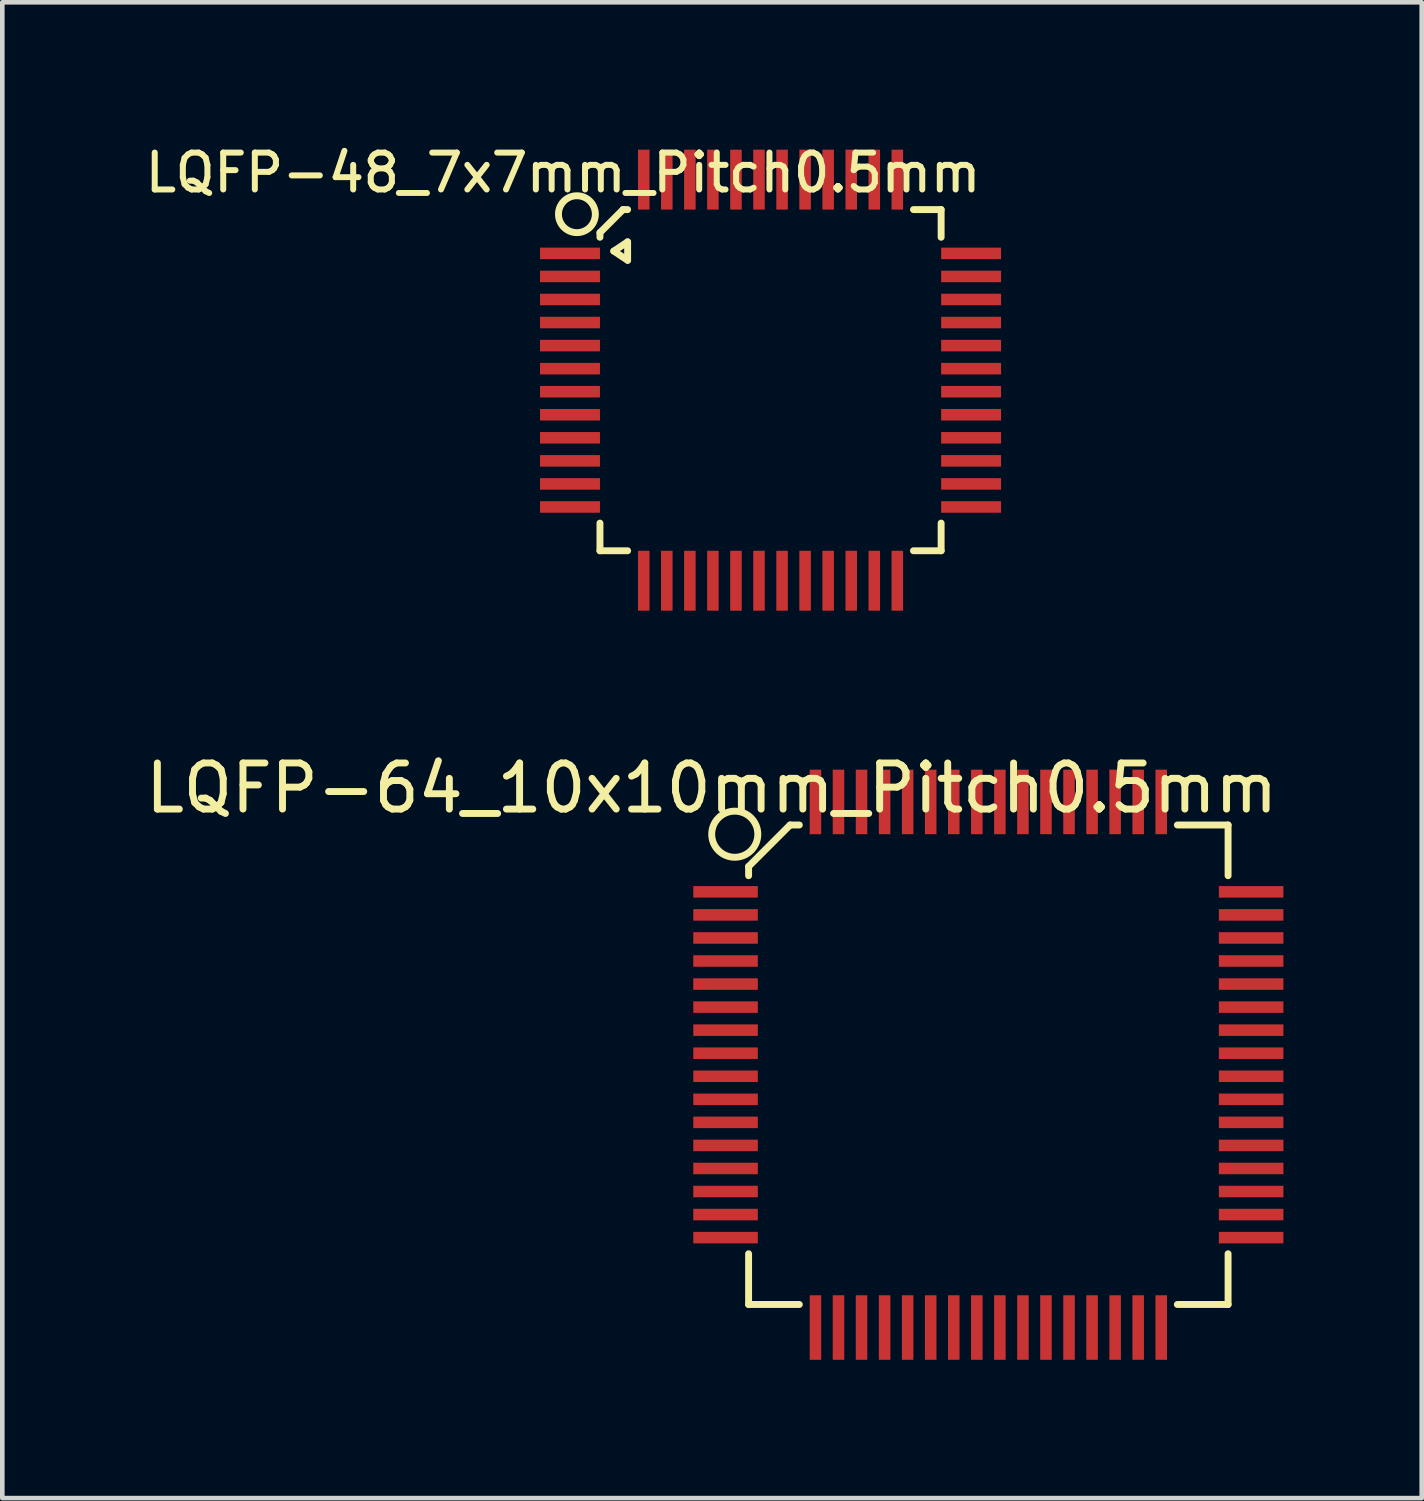
<source format=kicad_pcb>
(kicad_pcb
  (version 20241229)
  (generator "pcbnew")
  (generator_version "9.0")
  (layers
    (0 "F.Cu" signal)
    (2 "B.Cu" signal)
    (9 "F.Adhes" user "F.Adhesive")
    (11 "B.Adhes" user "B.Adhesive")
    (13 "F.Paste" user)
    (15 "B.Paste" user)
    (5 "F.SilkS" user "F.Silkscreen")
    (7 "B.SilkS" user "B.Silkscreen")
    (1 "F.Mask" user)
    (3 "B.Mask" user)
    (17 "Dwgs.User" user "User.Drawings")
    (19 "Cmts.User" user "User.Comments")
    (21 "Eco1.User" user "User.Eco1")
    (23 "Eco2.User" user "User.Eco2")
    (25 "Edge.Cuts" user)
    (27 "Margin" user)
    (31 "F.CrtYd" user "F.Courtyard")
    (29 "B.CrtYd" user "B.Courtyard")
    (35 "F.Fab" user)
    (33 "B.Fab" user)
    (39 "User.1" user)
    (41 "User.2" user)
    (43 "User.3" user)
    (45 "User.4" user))
  (footprint "LQFP-64_10x10mm_Pitch0.5mm"
    (layer "F.Cu")
    (at 18.387 20.044)
    (property "Reference" "LQFP-64_10x10mm_Pitch0.5mm" (at -6 -6 0) (layer "F.SilkS") (effects (font (size 1 1) (thickness 0.15))))
    (attr smd)
    (fp_line (start -5.2 -4.3) (end -5.2 -4.1) (stroke (width 0.15) (type solid)) (layer "F.SilkS"))
    (fp_line (start -5.2 5.2) (end -5.2 4.1) (stroke (width 0.15) (type solid)) (layer "F.SilkS"))
    (fp_line (start -5.2 5.2) (end -4.1 5.2) (stroke (width 0.15) (type solid)) (layer "F.SilkS"))
    (fp_line (start -4.3 -5.2) (end -5.2 -4.3) (stroke (width 0.15) (type solid)) (layer "F.SilkS"))
    (fp_line (start -4.3 -5.2) (end -4.1 -5.2) (stroke (width 0.15) (type solid)) (layer "F.SilkS"))
    (fp_line (start 5.2 -5.2) (end 4.1 -5.2) (stroke (width 0.15) (type solid)) (layer "F.SilkS"))
    (fp_line (start 5.2 -5.2) (end 5.2 -4.1) (stroke (width 0.15) (type solid)) (layer "F.SilkS"))
    (fp_line (start 5.2 5.2) (end 4.1 5.2) (stroke (width 0.15) (type solid)) (layer "F.SilkS"))
    (fp_line (start 5.2 5.2) (end 5.2 4.1) (stroke (width 0.15) (type solid)) (layer "F.SilkS"))
    (fp_circle (center -5.5 -5) (end -5 -5) (stroke (width 0.15) (type solid)) (fill no) (layer "F.SilkS"))
    (pad "1" smd rect (at -5.7 -3.75) (size 1.4 0.25) (layers "F.Cu" "F.Mask" "F.Paste"))
    (pad "2" smd rect (at -5.7 -3.25) (size 1.4 0.25) (layers "F.Cu" "F.Mask" "F.Paste"))
    (pad "3" smd rect (at -5.7 -2.75) (size 1.4 0.25) (layers "F.Cu" "F.Mask" "F.Paste"))
    (pad "4" smd rect (at -5.7 -2.25) (size 1.4 0.25) (layers "F.Cu" "F.Mask" "F.Paste"))
    (pad "5" smd rect (at -5.7 -1.75) (size 1.4 0.25) (layers "F.Cu" "F.Mask" "F.Paste"))
    (pad "6" smd rect (at -5.7 -1.25) (size 1.4 0.25) (layers "F.Cu" "F.Mask" "F.Paste"))
    (pad "7" smd rect (at -5.7 -0.75) (size 1.4 0.25) (layers "F.Cu" "F.Mask" "F.Paste"))
    (pad "8" smd rect (at -5.7 -0.25) (size 1.4 0.25) (layers "F.Cu" "F.Mask" "F.Paste"))
    (pad "9" smd rect (at -5.7 0.25) (size 1.4 0.25) (layers "F.Cu" "F.Mask" "F.Paste"))
    (pad "10" smd rect (at -5.7 0.75) (size 1.4 0.25) (layers "F.Cu" "F.Mask" "F.Paste"))
    (pad "11" smd rect (at -5.7 1.25) (size 1.4 0.25) (layers "F.Cu" "F.Mask" "F.Paste"))
    (pad "12" smd rect (at -5.7 1.75) (size 1.4 0.25) (layers "F.Cu" "F.Mask" "F.Paste"))
    (pad "13" smd rect (at -5.7 2.25) (size 1.4 0.25) (layers "F.Cu" "F.Mask" "F.Paste"))
    (pad "14" smd rect (at -5.7 2.75) (size 1.4 0.25) (layers "F.Cu" "F.Mask" "F.Paste"))
    (pad "15" smd rect (at -5.7 3.25) (size 1.4 0.25) (layers "F.Cu" "F.Mask" "F.Paste"))
    (pad "16" smd rect (at -5.7 3.75) (size 1.4 0.25) (layers "F.Cu" "F.Mask" "F.Paste"))
    (pad "17" smd rect (at -3.75 5.7 90) (size 1.4 0.25) (layers "F.Cu" "F.Mask" "F.Paste"))
    (pad "18" smd rect (at -3.25 5.7 90) (size 1.4 0.25) (layers "F.Cu" "F.Mask" "F.Paste"))
    (pad "19" smd rect (at -2.75 5.7 90) (size 1.4 0.25) (layers "F.Cu" "F.Mask" "F.Paste"))
    (pad "20" smd rect (at -2.25 5.7 90) (size 1.4 0.25) (layers "F.Cu" "F.Mask" "F.Paste"))
    (pad "21" smd rect (at -1.75 5.7 90) (size 1.4 0.25) (layers "F.Cu" "F.Mask" "F.Paste"))
    (pad "22" smd rect (at -1.25 5.7 90) (size 1.4 0.25) (layers "F.Cu" "F.Mask" "F.Paste"))
    (pad "23" smd rect (at -0.75 5.7 90) (size 1.4 0.25) (layers "F.Cu" "F.Mask" "F.Paste"))
    (pad "24" smd rect (at -0.25 5.7 90) (size 1.4 0.25) (layers "F.Cu" "F.Mask" "F.Paste"))
    (pad "25" smd rect (at 0.25 5.7 90) (size 1.4 0.25) (layers "F.Cu" "F.Mask" "F.Paste"))
    (pad "26" smd rect (at 0.75 5.7 90) (size 1.4 0.25) (layers "F.Cu" "F.Mask" "F.Paste"))
    (pad "27" smd rect (at 1.25 5.7 90) (size 1.4 0.25) (layers "F.Cu" "F.Mask" "F.Paste"))
    (pad "28" smd rect (at 1.75 5.7 90) (size 1.4 0.25) (layers "F.Cu" "F.Mask" "F.Paste"))
    (pad "29" smd rect (at 2.25 5.7 90) (size 1.4 0.25) (layers "F.Cu" "F.Mask" "F.Paste"))
    (pad "30" smd rect (at 2.75 5.7 90) (size 1.4 0.25) (layers "F.Cu" "F.Mask" "F.Paste"))
    (pad "31" smd rect (at 3.25 5.7 90) (size 1.4 0.25) (layers "F.Cu" "F.Mask" "F.Paste"))
    (pad "32" smd rect (at 3.75 5.7 90) (size 1.4 0.25) (layers "F.Cu" "F.Mask" "F.Paste"))
    (pad "33" smd rect (at 5.7 3.75) (size 1.4 0.25) (layers "F.Cu" "F.Mask" "F.Paste"))
    (pad "34" smd rect (at 5.7 3.25) (size 1.4 0.25) (layers "F.Cu" "F.Mask" "F.Paste"))
    (pad "35" smd rect (at 5.7 2.75) (size 1.4 0.25) (layers "F.Cu" "F.Mask" "F.Paste"))
    (pad "36" smd rect (at 5.7 2.25) (size 1.4 0.25) (layers "F.Cu" "F.Mask" "F.Paste"))
    (pad "37" smd rect (at 5.7 1.75) (size 1.4 0.25) (layers "F.Cu" "F.Mask" "F.Paste"))
    (pad "38" smd rect (at 5.7 1.25) (size 1.4 0.25) (layers "F.Cu" "F.Mask" "F.Paste"))
    (pad "39" smd rect (at 5.7 0.75) (size 1.4 0.25) (layers "F.Cu" "F.Mask" "F.Paste"))
    (pad "40" smd rect (at 5.7 0.25) (size 1.4 0.25) (layers "F.Cu" "F.Mask" "F.Paste"))
    (pad "41" smd rect (at 5.7 -0.25) (size 1.4 0.25) (layers "F.Cu" "F.Mask" "F.Paste"))
    (pad "42" smd rect (at 5.7 -0.75) (size 1.4 0.25) (layers "F.Cu" "F.Mask" "F.Paste"))
    (pad "43" smd rect (at 5.7 -1.25) (size 1.4 0.25) (layers "F.Cu" "F.Mask" "F.Paste"))
    (pad "44" smd rect (at 5.7 -1.75) (size 1.4 0.25) (layers "F.Cu" "F.Mask" "F.Paste"))
    (pad "45" smd rect (at 5.7 -2.25) (size 1.4 0.25) (layers "F.Cu" "F.Mask" "F.Paste"))
    (pad "46" smd rect (at 5.7 -2.75) (size 1.4 0.25) (layers "F.Cu" "F.Mask" "F.Paste"))
    (pad "47" smd rect (at 5.7 -3.25) (size 1.4 0.25) (layers "F.Cu" "F.Mask" "F.Paste"))
    (pad "48" smd rect (at 5.7 -3.75) (size 1.4 0.25) (layers "F.Cu" "F.Mask" "F.Paste"))
    (pad "49" smd rect (at 3.75 -5.7 90) (size 1.4 0.25) (layers "F.Cu" "F.Mask" "F.Paste"))
    (pad "50" smd rect (at 3.25 -5.7 90) (size 1.4 0.25) (layers "F.Cu" "F.Mask" "F.Paste"))
    (pad "51" smd rect (at 2.75 -5.7 90) (size 1.4 0.25) (layers "F.Cu" "F.Mask" "F.Paste"))
    (pad "52" smd rect (at 2.25 -5.7 90) (size 1.4 0.25) (layers "F.Cu" "F.Mask" "F.Paste"))
    (pad "53" smd rect (at 1.75 -5.7 90) (size 1.4 0.25) (layers "F.Cu" "F.Mask" "F.Paste"))
    (pad "54" smd rect (at 1.25 -5.7 90) (size 1.4 0.25) (layers "F.Cu" "F.Mask" "F.Paste"))
    (pad "55" smd rect (at 0.75 -5.7 90) (size 1.4 0.25) (layers "F.Cu" "F.Mask" "F.Paste"))
    (pad "56" smd rect (at 0.25 -5.7 90) (size 1.4 0.25) (layers "F.Cu" "F.Mask" "F.Paste"))
    (pad "57" smd rect (at -0.25 -5.7 90) (size 1.4 0.25) (layers "F.Cu" "F.Mask" "F.Paste"))
    (pad "58" smd rect (at -0.75 -5.7 90) (size 1.4 0.25) (layers "F.Cu" "F.Mask" "F.Paste"))
    (pad "59" smd rect (at -1.25 -5.7 90) (size 1.4 0.25) (layers "F.Cu" "F.Mask" "F.Paste"))
    (pad "60" smd rect (at -1.75 -5.7 90) (size 1.4 0.25) (layers "F.Cu" "F.Mask" "F.Paste"))
    (pad "61" smd rect (at -2.25 -5.7 90) (size 1.4 0.25) (layers "F.Cu" "F.Mask" "F.Paste"))
    (pad "62" smd rect (at -2.75 -5.7 90) (size 1.4 0.25) (layers "F.Cu" "F.Mask" "F.Paste"))
    (pad "63" smd rect (at -3.25 -5.7 90) (size 1.4 0.25) (layers "F.Cu" "F.Mask" "F.Paste"))
    (pad "64" smd rect (at -3.75 -5.7 90) (size 1.4 0.25) (layers "F.Cu" "F.Mask" "F.Paste")))
  (footprint "LQFP-48_7x7mm_Pitch0.5mm"
    (layer "F.Cu")
    (at 13.663 5.196)
    (property "Reference" "LQFP-48_7x7mm_Pitch0.5mm" (at -4.5 -4.5 0) (layer "F.SilkS") (effects (font (size 0.8 0.8) (thickness 0.13))))
    (attr smd)
    (fp_line (start -3.7 -3.2) (end -3.7 -3.1) (stroke (width 0.15) (type solid)) (layer "F.SilkS"))
    (fp_line (start -3.7 3.7) (end -3.7 3.1) (stroke (width 0.15) (type solid)) (layer "F.SilkS"))
    (fp_line (start -3.7 3.7) (end -3.1 3.7) (stroke (width 0.15) (type solid)) (layer "F.SilkS"))
    (fp_line (start -3.4 -2.8) (end -3.1 -3) (stroke (width 0.15) (type solid)) (layer "F.SilkS"))
    (fp_line (start -3.2 -3.7) (end -3.7 -3.2) (stroke (width 0.15) (type solid)) (layer "F.SilkS"))
    (fp_line (start -3.2 -3.7) (end -3.1 -3.7) (stroke (width 0.15) (type solid)) (layer "F.SilkS"))
    (fp_line (start -3.1 -3) (end -3.1 -2.6) (stroke (width 0.15) (type solid)) (layer "F.SilkS"))
    (fp_line (start -3.1 -2.6) (end -3.4 -2.8) (stroke (width 0.15) (type solid)) (layer "F.SilkS"))
    (fp_line (start 3.7 -3.7) (end 3.1 -3.7) (stroke (width 0.15) (type solid)) (layer "F.SilkS"))
    (fp_line (start 3.7 -3.7) (end 3.7 -3.1) (stroke (width 0.15) (type solid)) (layer "F.SilkS"))
    (fp_line (start 3.7 3.7) (end 3.1 3.7) (stroke (width 0.15) (type solid)) (layer "F.SilkS"))
    (fp_line (start 3.7 3.7) (end 3.7 3.1) (stroke (width 0.15) (type solid)) (layer "F.SilkS"))
    (fp_circle (center -4.2 -3.6) (end -4.2 -3.2) (stroke (width 0.15) (type solid)) (fill no) (layer "F.SilkS"))
    (pad "1" smd rect (at -4.35 -2.75) (size 1.3 0.25) (layers "F.Cu" "F.Mask" "F.Paste"))
    (pad "2" smd rect (at -4.35 -2.25) (size 1.3 0.25) (layers "F.Cu" "F.Mask" "F.Paste"))
    (pad "3" smd rect (at -4.35 -1.75) (size 1.3 0.25) (layers "F.Cu" "F.Mask" "F.Paste"))
    (pad "4" smd rect (at -4.35 -1.25) (size 1.3 0.25) (layers "F.Cu" "F.Mask" "F.Paste"))
    (pad "5" smd rect (at -4.35 -0.75) (size 1.3 0.25) (layers "F.Cu" "F.Mask" "F.Paste"))
    (pad "6" smd rect (at -4.35 -0.25) (size 1.3 0.25) (layers "F.Cu" "F.Mask" "F.Paste"))
    (pad "7" smd rect (at -4.35 0.25) (size 1.3 0.25) (layers "F.Cu" "F.Mask" "F.Paste"))
    (pad "8" smd rect (at -4.35 0.75) (size 1.3 0.25) (layers "F.Cu" "F.Mask" "F.Paste"))
    (pad "9" smd rect (at -4.35 1.25) (size 1.3 0.25) (layers "F.Cu" "F.Mask" "F.Paste"))
    (pad "10" smd rect (at -4.35 1.75) (size 1.3 0.25) (layers "F.Cu" "F.Mask" "F.Paste"))
    (pad "11" smd rect (at -4.35 2.25) (size 1.3 0.25) (layers "F.Cu" "F.Mask" "F.Paste"))
    (pad "12" smd rect (at -4.35 2.75) (size 1.3 0.25) (layers "F.Cu" "F.Mask" "F.Paste"))
    (pad "13" smd rect (at -2.75 4.35 90) (size 1.3 0.25) (layers "F.Cu" "F.Mask" "F.Paste"))
    (pad "14" smd rect (at -2.25 4.35 90) (size 1.3 0.25) (layers "F.Cu" "F.Mask" "F.Paste"))
    (pad "15" smd rect (at -1.75 4.35 90) (size 1.3 0.25) (layers "F.Cu" "F.Mask" "F.Paste"))
    (pad "16" smd rect (at -1.25 4.35 90) (size 1.3 0.25) (layers "F.Cu" "F.Mask" "F.Paste"))
    (pad "17" smd rect (at -0.75 4.35 90) (size 1.3 0.25) (layers "F.Cu" "F.Mask" "F.Paste"))
    (pad "18" smd rect (at -0.25 4.35 90) (size 1.3 0.25) (layers "F.Cu" "F.Mask" "F.Paste"))
    (pad "19" smd rect (at 0.25 4.35 90) (size 1.3 0.25) (layers "F.Cu" "F.Mask" "F.Paste"))
    (pad "20" smd rect (at 0.75 4.35 90) (size 1.3 0.25) (layers "F.Cu" "F.Mask" "F.Paste"))
    (pad "21" smd rect (at 1.25 4.35 90) (size 1.3 0.25) (layers "F.Cu" "F.Mask" "F.Paste"))
    (pad "22" smd rect (at 1.75 4.35 90) (size 1.3 0.25) (layers "F.Cu" "F.Mask" "F.Paste"))
    (pad "23" smd rect (at 2.25 4.35 90) (size 1.3 0.25) (layers "F.Cu" "F.Mask" "F.Paste"))
    (pad "24" smd rect (at 2.75 4.35 90) (size 1.3 0.25) (layers "F.Cu" "F.Mask" "F.Paste"))
    (pad "25" smd rect (at 4.35 2.75) (size 1.3 0.25) (layers "F.Cu" "F.Mask" "F.Paste"))
    (pad "26" smd rect (at 4.35 2.25) (size 1.3 0.25) (layers "F.Cu" "F.Mask" "F.Paste"))
    (pad "27" smd rect (at 4.35 1.75) (size 1.3 0.25) (layers "F.Cu" "F.Mask" "F.Paste"))
    (pad "28" smd rect (at 4.35 1.25) (size 1.3 0.25) (layers "F.Cu" "F.Mask" "F.Paste"))
    (pad "29" smd rect (at 4.35 0.75) (size 1.3 0.25) (layers "F.Cu" "F.Mask" "F.Paste"))
    (pad "30" smd rect (at 4.35 0.25) (size 1.3 0.25) (layers "F.Cu" "F.Mask" "F.Paste"))
    (pad "31" smd rect (at 4.35 -0.25) (size 1.3 0.25) (layers "F.Cu" "F.Mask" "F.Paste"))
    (pad "32" smd rect (at 4.35 -0.75) (size 1.3 0.25) (layers "F.Cu" "F.Mask" "F.Paste"))
    (pad "33" smd rect (at 4.35 -1.25) (size 1.3 0.25) (layers "F.Cu" "F.Mask" "F.Paste"))
    (pad "34" smd rect (at 4.35 -1.75) (size 1.3 0.25) (layers "F.Cu" "F.Mask" "F.Paste"))
    (pad "35" smd rect (at 4.35 -2.25) (size 1.3 0.25) (layers "F.Cu" "F.Mask" "F.Paste"))
    (pad "36" smd rect (at 4.35 -2.75) (size 1.3 0.25) (layers "F.Cu" "F.Mask" "F.Paste"))
    (pad "37" smd rect (at 2.75 -4.35 90) (size 1.3 0.25) (layers "F.Cu" "F.Mask" "F.Paste"))
    (pad "38" smd rect (at 2.25 -4.35 90) (size 1.3 0.25) (layers "F.Cu" "F.Mask" "F.Paste"))
    (pad "39" smd rect (at 1.75 -4.35 90) (size 1.3 0.25) (layers "F.Cu" "F.Mask" "F.Paste"))
    (pad "40" smd rect (at 1.25 -4.35 90) (size 1.3 0.25) (layers "F.Cu" "F.Mask" "F.Paste"))
    (pad "41" smd rect (at 0.75 -4.35 90) (size 1.3 0.25) (layers "F.Cu" "F.Mask" "F.Paste"))
    (pad "42" smd rect (at 0.25 -4.35 90) (size 1.3 0.25) (layers "F.Cu" "F.Mask" "F.Paste"))
    (pad "43" smd rect (at -0.25 -4.35 90) (size 1.3 0.25) (layers "F.Cu" "F.Mask" "F.Paste"))
    (pad "44" smd rect (at -0.75 -4.35 90) (size 1.3 0.25) (layers "F.Cu" "F.Mask" "F.Paste"))
    (pad "45" smd rect (at -1.25 -4.35 90) (size 1.3 0.25) (layers "F.Cu" "F.Mask" "F.Paste"))
    (pad "46" smd rect (at -1.75 -4.35 90) (size 1.3 0.25) (layers "F.Cu" "F.Mask" "F.Paste"))
    (pad "47" smd rect (at -2.25 -4.35 90) (size 1.3 0.25) (layers "F.Cu" "F.Mask" "F.Paste"))
    (pad "48" smd rect (at -2.75 -4.35 90) (size 1.3 0.25) (layers "F.Cu" "F.Mask" "F.Paste")))
  (gr_rect
    (start -3 -3)
    (end 27.787 29.444)
    (stroke (width 0.1) (type default))
    (fill no)
    (layer "Edge.Cuts")))
</source>
